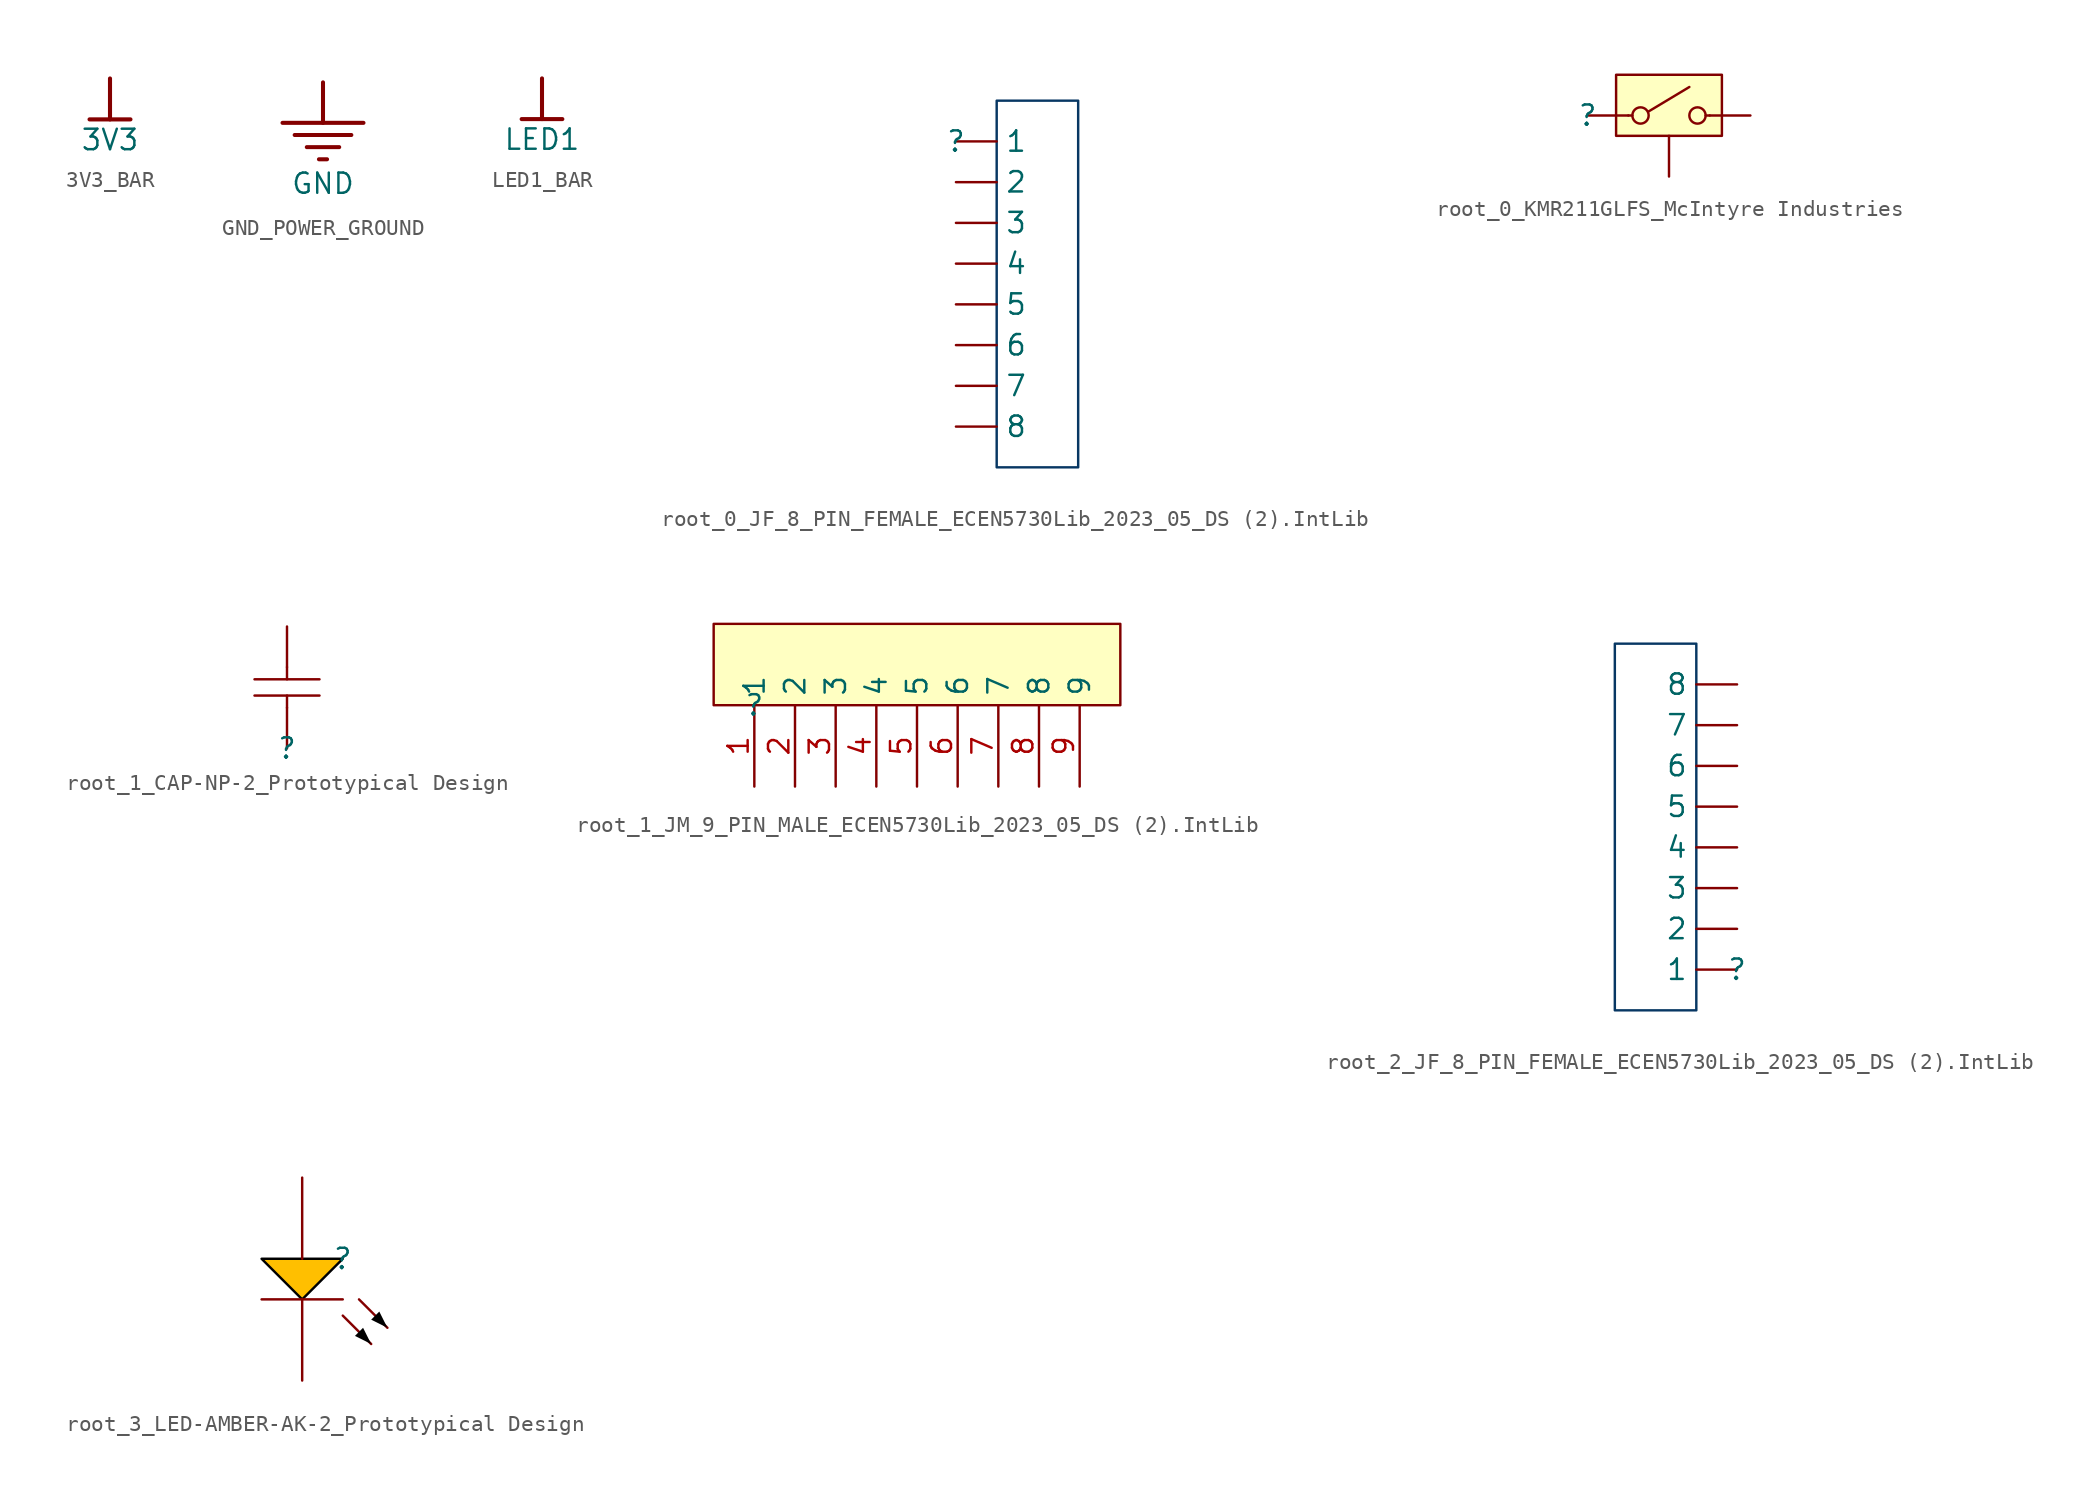
<source format=kicad_sym>
(kicad_symbol_lib
  (version 20241209)
  (generator "kicad_symbol_editor")
  (generator_version "9.0")
  (symbol "3V3_BAR"
    (power)
    (property "Reference" "#PWR"
      (at 0 0 0)
      (effects (font (size 1.27 1.27)) (hide yes)))
    (property "Value" "3V3"
      (at 0 -3.81 0)
      (effects (font (size 1.27 1.27))))
    (symbol "3V3_BAR_0_0"
      (polyline (pts (xy -1.27 -2.54) (xy 1.27 -2.54)) (stroke (width 0.254) (type solid)) (fill (type none)))
      (polyline (pts (xy 0 0) (xy 0 -2.54)) (stroke (width 0.254) (type solid)) (fill (type none)))
      (pin power_in line (at 0 0 0) (length 0) (hide yes) (name "3V3" (effects (font (size 1.27 1.27)))) (number "" (effects (font (size 1.27 1.27)))))))
  (symbol "GND_POWER_GROUND"
    (power)
    (property "Reference" "#PWR"
      (at 0 0 0)
      (effects (font (size 1.27 1.27)) (hide yes)))
    (property "Value" "GND"
      (at 0 -6.35 0)
      (effects (font (size 1.27 1.27))))
    (symbol "GND_POWER_GROUND_0_0"
      (polyline (pts (xy -2.54 -2.54) (xy 2.54 -2.54)) (stroke (width 0.254) (type solid)) (fill (type none)))
      (polyline (pts (xy -1.778 -3.302) (xy 1.778 -3.302)) (stroke (width 0.254) (type solid)) (fill (type none)))
      (polyline (pts (xy -1.016 -4.064) (xy 1.016 -4.064)) (stroke (width 0.254) (type solid)) (fill (type none)))
      (polyline (pts (xy -0.254 -4.826) (xy 0.254 -4.826)) (stroke (width 0.254) (type solid)) (fill (type none)))
      (polyline (pts (xy 0 0) (xy 0 -2.54)) (stroke (width 0.254) (type solid)) (fill (type none)))
      (pin power_in line (at 0 0 0) (length 0) (hide yes) (name "GND" (effects (font (size 1.27 1.27)))) (number "" (effects (font (size 1.27 1.27)))))))
  (symbol "LED1_BAR"
    (power)
    (property "Reference" "#PWR"
      (at 0 0 0)
      (effects (font (size 1.27 1.27)) (hide yes)))
    (property "Value" "LED1"
      (at 0 -3.81 0)
      (effects (font (size 1.27 1.27))))
    (symbol "LED1_BAR_0_0"
      (polyline (pts (xy -1.27 -2.54) (xy 1.27 -2.54)) (stroke (width 0.254) (type solid)) (fill (type none)))
      (polyline (pts (xy 0 0) (xy 0 -2.54)) (stroke (width 0.254) (type solid)) (fill (type none)))
      (pin power_in line (at 0 0 0) (length 0) (hide yes) (name "LED1" (effects (font (size 1.27 1.27)))) (number "" (effects (font (size 1.27 1.27)))))))
  (symbol "root_0_JF_8_PIN_FEMALE_ECEN5730Lib_2023_05_DS (2).IntLib"
    (pin_numbers
      (hide yes))
    (property "Reference" ""
      (at 0 0 0)
      (effects (font (size 1.27 1.27))))
    (property "Value" ""
      (at 0 0 0)
      (effects (font (size 1.27 1.27))))
    (symbol "root_0_JF_8_PIN_FEMALE_ECEN5730Lib_2023_05_DS (2).IntLib_1_0"
      (rectangle (start 7.62 2.54) (end 2.54 -20.32) (stroke (width 0) (type solid) (color 7 55 99 1)) (fill (type color) (color 255 255 255 1)))
      (pin passive line (at 0 0 0) (length 2.54) (name "1" (effects (font (size 1.27 1.27)))) (number "1" (effects (font (size 1.27 1.27)))))
      (pin passive line (at 0 -2.54 0) (length 2.54) (name "2" (effects (font (size 1.27 1.27)))) (number "2" (effects (font (size 1.27 1.27)))))
      (pin passive line (at 0 -5.08 0) (length 2.54) (name "3" (effects (font (size 1.27 1.27)))) (number "3" (effects (font (size 1.27 1.27)))))
      (pin passive line (at 0 -7.62 0) (length 2.54) (name "4" (effects (font (size 1.27 1.27)))) (number "4" (effects (font (size 1.27 1.27)))))
      (pin passive line (at 0 -10.16 0) (length 2.54) (name "5" (effects (font (size 1.27 1.27)))) (number "5" (effects (font (size 1.27 1.27)))))
      (pin passive line (at 0 -12.7 0) (length 2.54) (name "6" (effects (font (size 1.27 1.27)))) (number "6" (effects (font (size 1.27 1.27)))))
      (pin passive line (at 0 -15.24 0) (length 2.54) (name "7" (effects (font (size 1.27 1.27)))) (number "7" (effects (font (size 1.27 1.27)))))
      (pin passive line (at 0 -17.78 0) (length 2.54) (name "8" (effects (font (size 1.27 1.27)))) (number "8" (effects (font (size 1.27 1.27)))))))
  (symbol "root_0_KMR211GLFS_McIntyre Industries"
    (pin_numbers
      (hide yes))
    (pin_names
      (hide yes))
    (property "Reference" ""
      (at 0 0 0)
      (effects (font (size 1.27 1.27))))
    (property "Value" ""
      (at 0 0 0)
      (effects (font (size 1.27 1.27))))
    (symbol "root_0_KMR211GLFS_McIntyre Industries_1_0"
      (polyline (pts (xy 2.794 0) (xy 2.54 0)) (stroke (width 0) (type solid)) (fill (type none)))
      (circle (center 3.302 0) (radius 0.508) (stroke (width 0) (type solid)) (fill (type none)))
      (polyline (pts (xy 3.81 0.254) (xy 6.35 1.778)) (stroke (width 0) (type solid)) (fill (type none)))
      (circle (center 6.858 0) (radius 0.508) (stroke (width 0) (type solid)) (fill (type none)))
      (polyline (pts (xy 7.366 0) (xy 7.62 0)) (stroke (width 0) (type solid)) (fill (type none)))
      (rectangle (start 8.382 2.54) (end 1.778 -1.27) (stroke (width 0) (type solid) (color 128 0 0 1)) (fill (type background)))
      (pin passive line (at 0 0 0) (length 2.54) (name "1" (effects (font (size 1.27 1.27)))) (number "1,2" (effects (font (size 1.27 1.27)))))
      (pin power_in line (at 5.08 -3.81 90) (length 2.54) (name "3" (effects (font (size 1.27 1.27)))) (number "5" (effects (font (size 1.27 1.27)))))
      (pin passive line (at 10.16 0 180) (length 2.54) (name "2" (effects (font (size 1.27 1.27)))) (number "3,4" (effects (font (size 1.27 1.27)))))))
  (symbol "root_1_CAP-NP-2_Prototypical Design"
    (pin_numbers
      (hide yes))
    (pin_names
      (hide yes))
    (property "Reference" ""
      (at 0 0 0)
      (effects (font (size 1.27 1.27))))
    (property "Value" ""
      (at 0 0 0)
      (effects (font (size 1.27 1.27))))
    (symbol "root_1_CAP-NP-2_Prototypical Design_1_0"
      (polyline (pts (xy -2.032 4.318) (xy 2.032 4.318)) (stroke (width 0) (type solid)) (fill (type none)))
      (polyline (pts (xy 0 5.08) (xy 0 4.318)) (stroke (width 0) (type solid)) (fill (type none)))
      (polyline (pts (xy 0 2.54) (xy 0 3.302)) (stroke (width 0) (type solid)) (fill (type none)))
      (polyline (pts (xy 2.032 3.302) (xy -2.032 3.302)) (stroke (width 0) (type solid)) (fill (type none)))
      (pin passive line (at 0 7.62 270) (length 2.54) (name "2" (effects (font (size 1.27 1.27)))) (number "2" (effects (font (size 1.27 1.27)))))
      (pin passive line (at 0 0 90) (length 2.54) (name "1" (effects (font (size 1.27 1.27)))) (number "1" (effects (font (size 1.27 1.27)))))))
  (symbol "root_1_JM_9_PIN_MALE_ECEN5730Lib_2023_05_DS (2).IntLib"
    (property "Reference" ""
      (at 0 0 0)
      (effects (font (size 1.27 1.27))))
    (property "Value" ""
      (at 0 0 0)
      (effects (font (size 1.27 1.27))))
    (symbol "root_1_JM_9_PIN_MALE_ECEN5730Lib_2023_05_DS (2).IntLib_1_0"
      (rectangle (start 22.86 5.08) (end -2.54 0) (stroke (width 0) (type solid) (color 128 0 0 1)) (fill (type background)))
      (pin passive line (at 0 -5.08 90) (length 5.08) (name "1" (effects (font (size 1.27 1.27)))) (number "1" (effects (font (size 1.27 1.27)))))
      (pin passive line (at 2.54 -5.08 90) (length 5.08) (name "2" (effects (font (size 1.27 1.27)))) (number "2" (effects (font (size 1.27 1.27)))))
      (pin passive line (at 5.08 -5.08 90) (length 5.08) (name "3" (effects (font (size 1.27 1.27)))) (number "3" (effects (font (size 1.27 1.27)))))
      (pin passive line (at 7.62 -5.08 90) (length 5.08) (name "4" (effects (font (size 1.27 1.27)))) (number "4" (effects (font (size 1.27 1.27)))))
      (pin passive line (at 10.16 -5.08 90) (length 5.08) (name "5" (effects (font (size 1.27 1.27)))) (number "5" (effects (font (size 1.27 1.27)))))
      (pin passive line (at 12.7 -5.08 90) (length 5.08) (name "6" (effects (font (size 1.27 1.27)))) (number "6" (effects (font (size 1.27 1.27)))))
      (pin passive line (at 15.24 -5.08 90) (length 5.08) (name "7" (effects (font (size 1.27 1.27)))) (number "7" (effects (font (size 1.27 1.27)))))
      (pin passive line (at 17.78 -5.08 90) (length 5.08) (name "8" (effects (font (size 1.27 1.27)))) (number "8" (effects (font (size 1.27 1.27)))))
      (pin passive line (at 20.32 -5.08 90) (length 5.08) (name "9" (effects (font (size 1.27 1.27)))) (number "9" (effects (font (size 1.27 1.27)))))))
  (symbol "root_2_JF_8_PIN_FEMALE_ECEN5730Lib_2023_05_DS (2).IntLib"
    (pin_numbers
      (hide yes))
    (property "Reference" ""
      (at 0 0 0)
      (effects (font (size 1.27 1.27))))
    (property "Value" ""
      (at 0 0 0)
      (effects (font (size 1.27 1.27))))
    (symbol "root_2_JF_8_PIN_FEMALE_ECEN5730Lib_2023_05_DS (2).IntLib_1_0"
      (rectangle (start -2.54 20.32) (end -7.62 -2.54) (stroke (width 0) (type solid) (color 7 55 99 1)) (fill (type color) (color 255 255 255 1)))
      (pin passive line (at 0 17.78 180) (length 2.54) (name "8" (effects (font (size 1.27 1.27)))) (number "8" (effects (font (size 1.27 1.27)))))
      (pin passive line (at 0 15.24 180) (length 2.54) (name "7" (effects (font (size 1.27 1.27)))) (number "7" (effects (font (size 1.27 1.27)))))
      (pin passive line (at 0 12.7 180) (length 2.54) (name "6" (effects (font (size 1.27 1.27)))) (number "6" (effects (font (size 1.27 1.27)))))
      (pin passive line (at 0 10.16 180) (length 2.54) (name "5" (effects (font (size 1.27 1.27)))) (number "5" (effects (font (size 1.27 1.27)))))
      (pin passive line (at 0 7.62 180) (length 2.54) (name "4" (effects (font (size 1.27 1.27)))) (number "4" (effects (font (size 1.27 1.27)))))
      (pin passive line (at 0 5.08 180) (length 2.54) (name "3" (effects (font (size 1.27 1.27)))) (number "3" (effects (font (size 1.27 1.27)))))
      (pin passive line (at 0 2.54 180) (length 2.54) (name "2" (effects (font (size 1.27 1.27)))) (number "2" (effects (font (size 1.27 1.27)))))
      (pin passive line (at 0 0 180) (length 2.54) (name "1" (effects (font (size 1.27 1.27)))) (number "1" (effects (font (size 1.27 1.27)))))))
  (symbol "root_3_LED-AMBER-AK-2_Prototypical Design"
    (pin_numbers
      (hide yes))
    (pin_names
      (hide yes))
    (property "Reference" ""
      (at 0 0 0)
      (effects (font (size 1.27 1.27))))
    (property "Value" ""
      (at 0 0 0)
      (effects (font (size 1.27 1.27))))
    (symbol "root_3_LED-AMBER-AK-2_Prototypical Design_1_0"
      (polyline (pts (xy -5.08 0) (xy -2.54 -2.54) (xy 0 0) (xy -5.08 0)) (stroke (width 0) (type solid) (color 0 0 0 1)) (fill (type color) (color 255 191 0 1)))
      (polyline (pts (xy 0 -2.54) (xy -5.08 -2.54)) (stroke (width 0) (type solid)) (fill (type none)))
      (polyline (pts (xy 0 -3.556) (xy 1.778 -5.334)) (stroke (width 0) (type solid)) (fill (type none)))
      (polyline (pts (xy 1.016 -2.54) (xy 2.794 -4.318)) (stroke (width 0) (type solid)) (fill (type none)))
      (polyline (pts (xy 1.778 -5.334) (xy 1.27 -4.318) (xy 0.762 -4.826) (xy 1.778 -5.334)) (stroke (width -0.0001) (type solid) (color 0 0 0 1)) (fill (type outline)))
      (polyline (pts (xy 2.794 -4.318) (xy 2.286 -3.302) (xy 1.778 -3.81) (xy 2.794 -4.318)) (stroke (width -0.0001) (type solid) (color 0 0 0 1)) (fill (type outline)))
      (pin passive line (at -2.54 5.08 270) (length 5.08) (name "A" (effects (font (size 1.27 1.27)))) (number "1" (effects (font (size 1.27 1.27)))))
      (pin passive line (at -2.54 -7.62 90) (length 5.08) (name "K" (effects (font (size 1.27 1.27)))) (number "2" (effects (font (size 1.27 1.27))))))))
</source>
